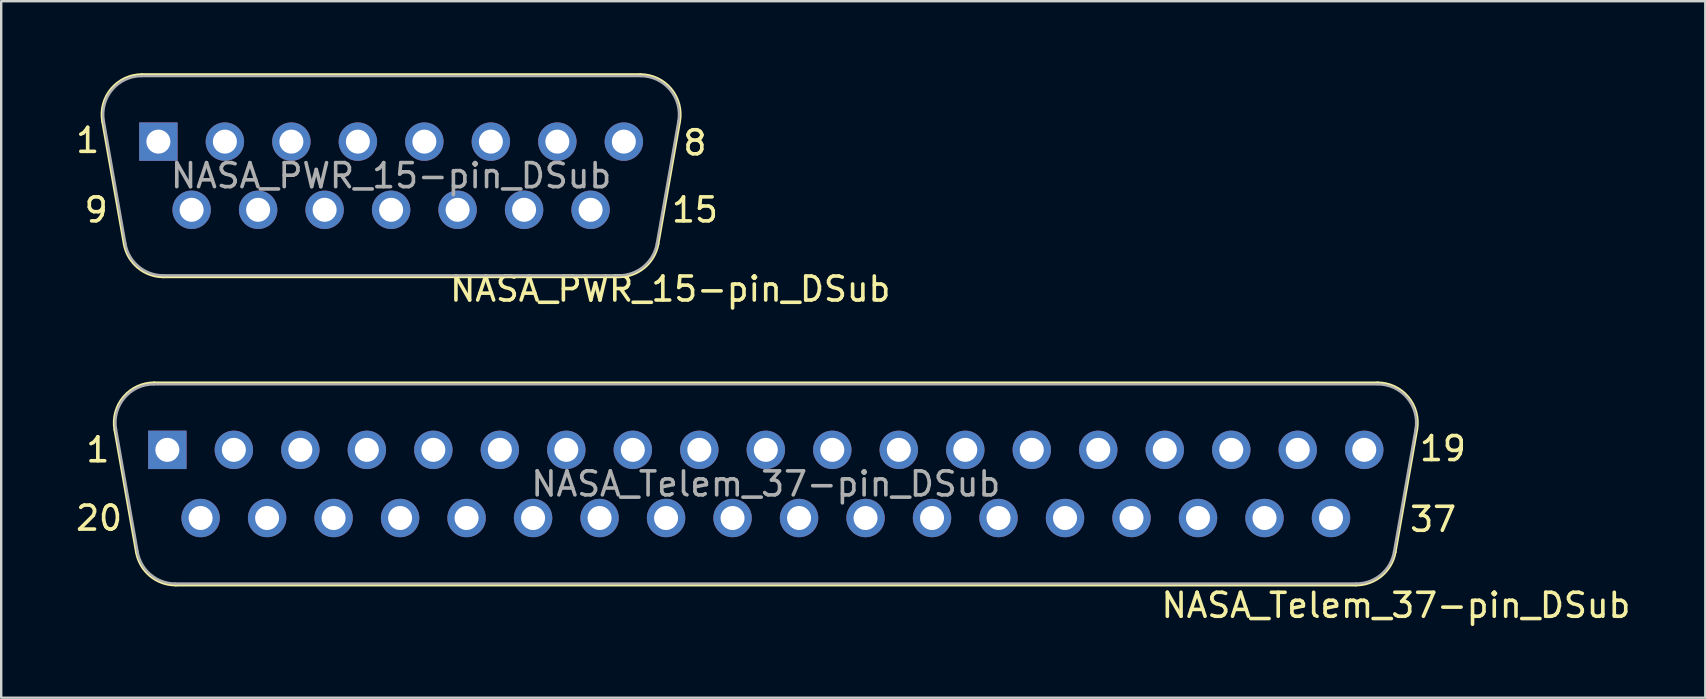
<source format=kicad_pcb>
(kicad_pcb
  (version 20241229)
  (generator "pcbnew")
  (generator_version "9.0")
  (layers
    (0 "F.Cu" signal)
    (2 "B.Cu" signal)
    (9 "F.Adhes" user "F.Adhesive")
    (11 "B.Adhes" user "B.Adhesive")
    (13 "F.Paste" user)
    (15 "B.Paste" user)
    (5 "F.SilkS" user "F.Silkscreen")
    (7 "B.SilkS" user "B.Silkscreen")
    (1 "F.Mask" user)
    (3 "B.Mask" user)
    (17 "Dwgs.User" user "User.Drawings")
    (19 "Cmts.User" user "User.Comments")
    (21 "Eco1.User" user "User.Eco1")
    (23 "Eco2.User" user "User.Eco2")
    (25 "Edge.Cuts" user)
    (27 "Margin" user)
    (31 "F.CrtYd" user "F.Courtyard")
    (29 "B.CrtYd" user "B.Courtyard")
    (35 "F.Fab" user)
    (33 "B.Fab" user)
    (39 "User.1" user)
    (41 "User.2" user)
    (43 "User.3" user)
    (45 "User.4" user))
  (footprint "NASA_Telem_37-pin_DSub"
    (layer "F.Cu")
    (at 3.922 15.69)
    (property "Reference" "NASA_Telem_37-pin_DSub" (at 51.181 6.477 0) (layer "F.SilkS") (effects (font (size 1 1) (thickness 0.15))))
    (attr through_hole)
    (fp_line (start -2.186 -0.842) (end -1.287 4.258) (stroke (width 0.12) (type solid)) (layer "F.SilkS"))
    (fp_line (start -0.552 -2.79) (end 50.412 -2.79) (stroke (width 0.12) (type solid)) (layer "F.SilkS"))
    (fp_line (start 0.348 5.63) (end 49.512 5.63) (stroke (width 0.12) (type solid)) (layer "F.SilkS"))
    (fp_line (start 52.046 -0.842) (end 51.147 4.258) (stroke (width 0.12) (type solid)) (layer "F.SilkS"))
    (fp_arc (start -2.18647 -0.841744) (mid -1.823323 -2.197028) (end -0.551689 -2.79) (stroke (width 0.12) (type solid)) (layer "F.SilkS"))
    (fp_arc (start 0.347579 5.63) (mid -0.719448 5.241634) (end -1.287202 4.258256) (stroke (width 0.12) (type solid)) (layer "F.SilkS"))
    (fp_arc (start 50.411689 -2.79) (mid 51.683323 -2.197027) (end 52.04647 -0.841744) (stroke (width 0.12) (type solid)) (layer "F.SilkS"))
    (fp_arc (start 51.147202 4.258256) (mid 50.579449 5.241634) (end 49.512421 5.63) (stroke (width 0.12) (type solid)) (layer "F.SilkS"))
    (fp_line (start -2.139 -0.852) (end -1.24 4.248) (stroke (width 0.1) (type solid)) (layer "F.Fab"))
    (fp_line (start -0.563 -2.73) (end 50.423 -2.73) (stroke (width 0.1) (type solid)) (layer "F.Fab"))
    (fp_line (start 0.336 5.57) (end 49.524 5.57) (stroke (width 0.1) (type solid)) (layer "F.Fab"))
    (fp_line (start 51.999 -0.852) (end 51.1 4.248) (stroke (width 0.1) (type solid)) (layer "F.Fab"))
    (fp_arc (start -2.138886 -0.852163) (mid -1.788865 -2.15846) (end -0.563194 -2.73) (stroke (width 0.1) (type solid)) (layer "F.Fab"))
    (fp_arc (start 0.336073 5.57) (mid -0.692387 5.195671) (end -1.239619 4.247837) (stroke (width 0.1) (type solid)) (layer "F.Fab"))
    (fp_arc (start 50.423194 -2.73) (mid 51.648865 -2.15846) (end 51.998886 -0.852163) (stroke (width 0.1) (type solid)) (layer "F.Fab"))
    (fp_arc (start 51.099619 4.247837) (mid 50.552387 5.195671) (end 49.523927 5.57) (stroke (width 0.1) (type solid)) (layer "F.Fab"))
    (fp_text user "1" (at -2.896 0 0) (layer "F.SilkS") (effects (font (size 1 1) (thickness 0.15))))
    (fp_text user "37" (at 52.73 2.896 0) (layer "F.SilkS") (effects (font (size 1 1) (thickness 0.15))))
    (fp_text user "20" (at -2.845 2.845 0) (layer "F.SilkS") (effects (font (size 1 1) (thickness 0.15))))
    (fp_text user "19" (at 53.137 -0.051 0) (layer "F.SilkS") (effects (font (size 1 1) (thickness 0.15))))
    (fp_text user "${REFERENCE}" (at 24.93 1.42 0) (layer "F.Fab") (effects (font (size 1 1) (thickness 0.15))))
    (pad "1" thru_hole rect (at 0 0) (size 1.6 1.6) (drill 1) (layers "*.Cu" "*.Mask"))
    (pad "2" thru_hole circle (at 2.77 0) (size 1.6 1.6) (drill 1) (layers "*.Cu" "*.Mask"))
    (pad "3" thru_hole circle (at 5.54 0) (size 1.6 1.6) (drill 1) (layers "*.Cu" "*.Mask"))
    (pad "4" thru_hole circle (at 8.31 0) (size 1.6 1.6) (drill 1) (layers "*.Cu" "*.Mask"))
    (pad "5" thru_hole circle (at 11.08 0) (size 1.6 1.6) (drill 1) (layers "*.Cu" "*.Mask"))
    (pad "6" thru_hole circle (at 13.85 0) (size 1.6 1.6) (drill 1) (layers "*.Cu" "*.Mask"))
    (pad "7" thru_hole circle (at 16.62 0) (size 1.6 1.6) (drill 1) (layers "*.Cu" "*.Mask"))
    (pad "8" thru_hole circle (at 19.39 0) (size 1.6 1.6) (drill 1) (layers "*.Cu" "*.Mask"))
    (pad "9" thru_hole circle (at 22.16 0) (size 1.6 1.6) (drill 1) (layers "*.Cu" "*.Mask"))
    (pad "10" thru_hole circle (at 24.93 0) (size 1.6 1.6) (drill 1) (layers "*.Cu" "*.Mask"))
    (pad "11" thru_hole circle (at 27.7 0) (size 1.6 1.6) (drill 1) (layers "*.Cu" "*.Mask"))
    (pad "12" thru_hole circle (at 30.47 0) (size 1.6 1.6) (drill 1) (layers "*.Cu" "*.Mask"))
    (pad "13" thru_hole circle (at 33.24 0) (size 1.6 1.6) (drill 1) (layers "*.Cu" "*.Mask"))
    (pad "14" thru_hole circle (at 36.01 0) (size 1.6 1.6) (drill 1) (layers "*.Cu" "*.Mask"))
    (pad "15" thru_hole circle (at 38.78 0) (size 1.6 1.6) (drill 1) (layers "*.Cu" "*.Mask"))
    (pad "16" thru_hole circle (at 41.55 0) (size 1.6 1.6) (drill 1) (layers "*.Cu" "*.Mask"))
    (pad "17" thru_hole circle (at 44.32 0) (size 1.6 1.6) (drill 1) (layers "*.Cu" "*.Mask"))
    (pad "18" thru_hole circle (at 47.09 0) (size 1.6 1.6) (drill 1) (layers "*.Cu" "*.Mask"))
    (pad "19" thru_hole circle (at 49.86 0) (size 1.6 1.6) (drill 1) (layers "*.Cu" "*.Mask"))
    (pad "20" thru_hole circle (at 1.385 2.84) (size 1.6 1.6) (drill 1) (layers "*.Cu" "*.Mask"))
    (pad "21" thru_hole circle (at 4.155 2.84) (size 1.6 1.6) (drill 1) (layers "*.Cu" "*.Mask"))
    (pad "22" thru_hole circle (at 6.925 2.84) (size 1.6 1.6) (drill 1) (layers "*.Cu" "*.Mask"))
    (pad "23" thru_hole circle (at 9.695 2.84) (size 1.6 1.6) (drill 1) (layers "*.Cu" "*.Mask"))
    (pad "24" thru_hole circle (at 12.465 2.84) (size 1.6 1.6) (drill 1) (layers "*.Cu" "*.Mask"))
    (pad "25" thru_hole circle (at 15.235 2.84) (size 1.6 1.6) (drill 1) (layers "*.Cu" "*.Mask"))
    (pad "26" thru_hole circle (at 18.005 2.84) (size 1.6 1.6) (drill 1) (layers "*.Cu" "*.Mask"))
    (pad "27" thru_hole circle (at 20.775 2.84) (size 1.6 1.6) (drill 1) (layers "*.Cu" "*.Mask"))
    (pad "28" thru_hole circle (at 23.545 2.84) (size 1.6 1.6) (drill 1) (layers "*.Cu" "*.Mask"))
    (pad "29" thru_hole circle (at 26.315 2.84) (size 1.6 1.6) (drill 1) (layers "*.Cu" "*.Mask"))
    (pad "30" thru_hole circle (at 29.085 2.84) (size 1.6 1.6) (drill 1) (layers "*.Cu" "*.Mask"))
    (pad "31" thru_hole circle (at 31.855 2.84) (size 1.6 1.6) (drill 1) (layers "*.Cu" "*.Mask"))
    (pad "32" thru_hole circle (at 34.625 2.84) (size 1.6 1.6) (drill 1) (layers "*.Cu" "*.Mask"))
    (pad "33" thru_hole circle (at 37.395 2.84) (size 1.6 1.6) (drill 1) (layers "*.Cu" "*.Mask"))
    (pad "34" thru_hole circle (at 40.165 2.84) (size 1.6 1.6) (drill 1) (layers "*.Cu" "*.Mask"))
    (pad "35" thru_hole circle (at 42.935 2.84) (size 1.6 1.6) (drill 1) (layers "*.Cu" "*.Mask"))
    (pad "36" thru_hole circle (at 45.705 2.84) (size 1.6 1.6) (drill 1) (layers "*.Cu" "*.Mask"))
    (pad "37" thru_hole circle (at 48.475 2.84) (size 1.6 1.6) (drill 1) (layers "*.Cu" "*.Mask")))
  (footprint "NASA_PWR_15-pin_DSub"
    (layer "F.Cu")
    (at 3.548 2.85)
    (property "Reference" "NASA_PWR_15-pin_DSub" (at 21.324 6.142 0) (layer "F.SilkS") (effects (font (size 1 1) (thickness 0.15))))
    (attr through_hole)
    (fp_line (start -2.321 -0.842) (end -1.422 4.258) (stroke (width 0.12) (type solid)) (layer "F.SilkS"))
    (fp_line (start -0.687 -2.79) (end 20.077 -2.79) (stroke (width 0.12) (type solid)) (layer "F.SilkS"))
    (fp_line (start 0.213 5.63) (end 19.177 5.63) (stroke (width 0.12) (type solid)) (layer "F.SilkS"))
    (fp_line (start 21.711 -0.842) (end 20.812 4.258) (stroke (width 0.12) (type solid)) (layer "F.SilkS"))
    (fp_arc (start -2.32147 -0.841744) (mid -1.958323 -2.197028) (end -0.686689 -2.79) (stroke (width 0.12) (type solid)) (layer "F.SilkS"))
    (fp_arc (start 0.212579 5.63) (mid -0.854448 5.241634) (end -1.422202 4.258256) (stroke (width 0.12) (type solid)) (layer "F.SilkS"))
    (fp_arc (start 20.076689 -2.79) (mid 21.348323 -2.197027) (end 21.71147 -0.841744) (stroke (width 0.12) (type solid)) (layer "F.SilkS"))
    (fp_arc (start 20.812202 4.258256) (mid 20.244449 5.241634) (end 19.177421 5.63) (stroke (width 0.12) (type solid)) (layer "F.SilkS"))
    (fp_line (start -2.274 -0.852) (end -1.375 4.248) (stroke (width 0.1) (type solid)) (layer "F.Fab"))
    (fp_line (start -0.698 -2.73) (end 20.088 -2.73) (stroke (width 0.1) (type solid)) (layer "F.Fab"))
    (fp_line (start 0.201 5.57) (end 19.189 5.57) (stroke (width 0.1) (type solid)) (layer "F.Fab"))
    (fp_line (start 21.664 -0.852) (end 20.765 4.248) (stroke (width 0.1) (type solid)) (layer "F.Fab"))
    (fp_arc (start -2.273886 -0.852163) (mid -1.923865 -2.15846) (end -0.698194 -2.73) (stroke (width 0.1) (type solid)) (layer "F.Fab"))
    (fp_arc (start 0.201073 5.57) (mid -0.827387 5.195671) (end -1.374619 4.247837) (stroke (width 0.1) (type solid)) (layer "F.Fab"))
    (fp_arc (start 20.088194 -2.73) (mid 21.313865 -2.15846) (end 21.663886 -0.852163) (stroke (width 0.1) (type solid)) (layer "F.Fab"))
    (fp_arc (start 20.764619 4.247837) (mid 20.217387 5.195671) (end 19.188927 5.57) (stroke (width 0.1) (type solid)) (layer "F.Fab"))
    (fp_text user "15" (at 22.352 2.845 0) (layer "F.SilkS") (effects (font (size 1 1) (thickness 0.15))))
    (fp_text user "8" (at 22.352 0.051 0) (layer "F.SilkS") (effects (font (size 1 1) (thickness 0.15))))
    (fp_text user "1" (at -2.946 -0.051 0) (layer "F.SilkS") (effects (font (size 1 1) (thickness 0.15))))
    (fp_text user "9" (at -2.591 2.845 0) (layer "F.SilkS") (effects (font (size 1 1) (thickness 0.15))))
    (fp_text user "${REFERENCE}" (at 9.695 1.42 0) (layer "F.Fab") (effects (font (size 1 1) (thickness 0.15))))
    (pad "1" thru_hole rect (at 0 0) (size 1.6 1.6) (drill 1) (layers "*.Cu" "*.Mask"))
    (pad "2" thru_hole circle (at 2.77 0) (size 1.6 1.6) (drill 1) (layers "*.Cu" "*.Mask"))
    (pad "3" thru_hole circle (at 5.54 0) (size 1.6 1.6) (drill 1) (layers "*.Cu" "*.Mask"))
    (pad "4" thru_hole circle (at 8.31 0) (size 1.6 1.6) (drill 1) (layers "*.Cu" "*.Mask"))
    (pad "5" thru_hole circle (at 11.08 0) (size 1.6 1.6) (drill 1) (layers "*.Cu" "*.Mask"))
    (pad "6" thru_hole circle (at 13.85 0) (size 1.6 1.6) (drill 1) (layers "*.Cu" "*.Mask"))
    (pad "7" thru_hole circle (at 16.62 0) (size 1.6 1.6) (drill 1) (layers "*.Cu" "*.Mask"))
    (pad "8" thru_hole circle (at 19.39 0) (size 1.6 1.6) (drill 1) (layers "*.Cu" "*.Mask"))
    (pad "9" thru_hole circle (at 1.385 2.84) (size 1.6 1.6) (drill 1) (layers "*.Cu" "*.Mask"))
    (pad "10" thru_hole circle (at 4.155 2.84) (size 1.6 1.6) (drill 1) (layers "*.Cu" "*.Mask"))
    (pad "11" thru_hole circle (at 6.925 2.84) (size 1.6 1.6) (drill 1) (layers "*.Cu" "*.Mask"))
    (pad "12" thru_hole circle (at 9.695 2.84) (size 1.6 1.6) (drill 1) (layers "*.Cu" "*.Mask"))
    (pad "13" thru_hole circle (at 12.465 2.84) (size 1.6 1.6) (drill 1) (layers "*.Cu" "*.Mask"))
    (pad "14" thru_hole circle (at 15.235 2.84) (size 1.6 1.6) (drill 1) (layers "*.Cu" "*.Mask"))
    (pad "15" thru_hole circle (at 18.005 2.84) (size 1.6 1.6) (drill 1) (layers "*.Cu" "*.Mask")))
  (gr_rect
    (start -3 -3)
    (end 67.99 26.015)
    (stroke (width 0.1) (type default))
    (fill no)
    (layer "Edge.Cuts")))
</source>
